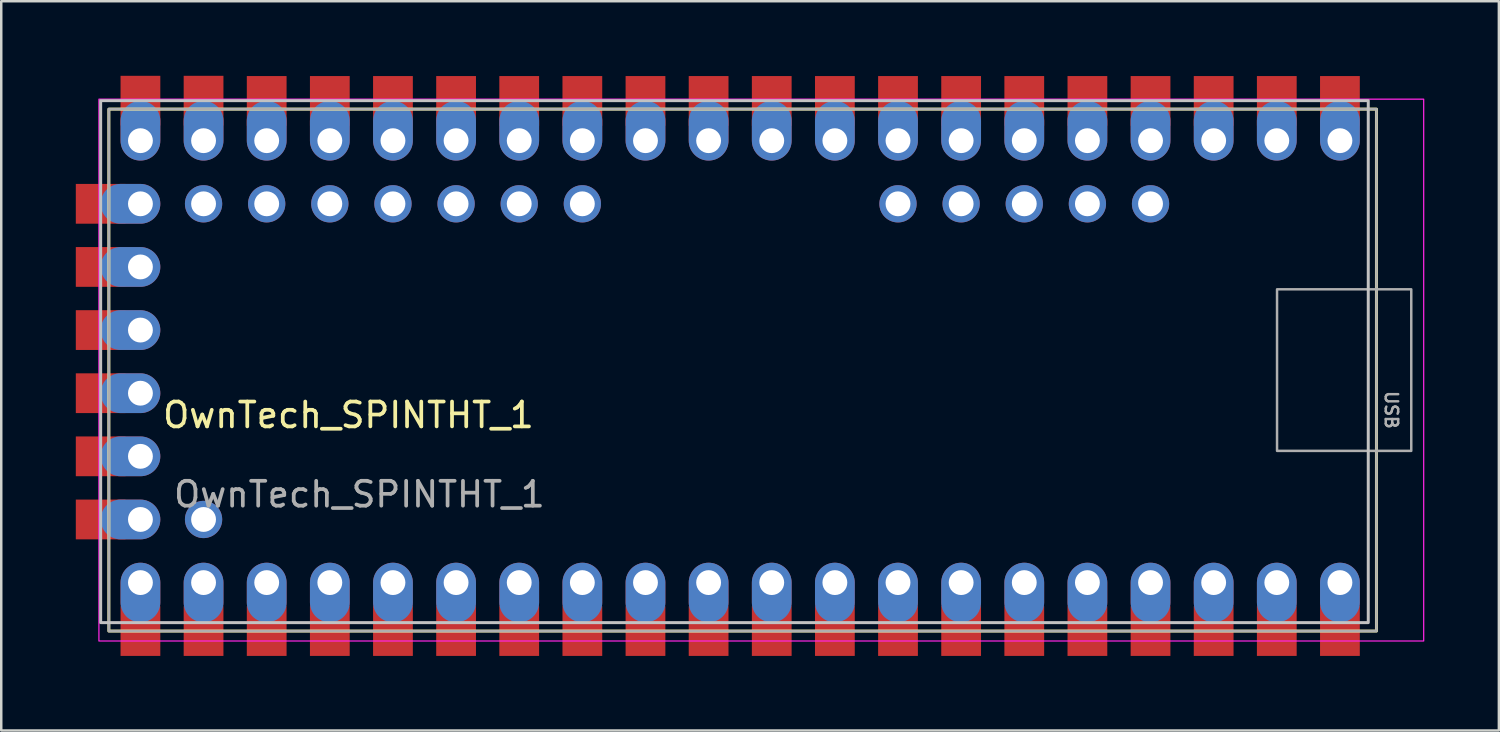
<source format=kicad_pcb>
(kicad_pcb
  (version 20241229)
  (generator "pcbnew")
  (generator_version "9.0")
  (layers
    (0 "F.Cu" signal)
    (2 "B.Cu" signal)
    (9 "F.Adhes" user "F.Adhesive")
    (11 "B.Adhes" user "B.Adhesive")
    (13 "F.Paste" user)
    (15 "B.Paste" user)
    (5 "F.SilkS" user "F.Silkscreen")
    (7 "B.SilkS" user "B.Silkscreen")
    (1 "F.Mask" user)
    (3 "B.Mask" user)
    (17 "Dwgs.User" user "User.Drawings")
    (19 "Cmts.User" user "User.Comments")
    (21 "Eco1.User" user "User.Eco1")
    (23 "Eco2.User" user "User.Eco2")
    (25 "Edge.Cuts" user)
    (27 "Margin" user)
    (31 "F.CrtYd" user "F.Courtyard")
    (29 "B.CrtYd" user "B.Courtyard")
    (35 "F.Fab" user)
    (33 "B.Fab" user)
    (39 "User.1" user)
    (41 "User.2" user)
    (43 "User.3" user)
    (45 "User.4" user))
  (footprint "OwnTech_SPINTHT_1"
    (layer "F.Cu")
    (at 2.6 2.61)
    (property "Reference" "OwnTech_SPINTHT_1" (at 8.37 11.04 0) (unlocked yes) (layer "F.SilkS") (effects (font (size 1 1) (thickness 0.15))))
    (attr smd)
    (fp_rect (start -1.27 -1.27) (end 49.73 19.73) (stroke (width 0.12) (type solid)) (fill no) (layer "F.SilkS"))
    (fp_rect (start -1.6 -1.61) (end 49.4 19.39) (stroke (width 0.12) (type solid)) (fill no) (layer "Dwgs.User"))
    (fp_rect (start -1.67 -1.67) (end 51.63 20.13) (stroke (width 0.05) (type solid)) (fill no) (layer "F.CrtYd"))
    (fp_rect (start -1.27 -1.27) (end 49.73 19.73) (stroke (width 0.1) (type solid)) (fill no) (layer "F.Fab"))
    (fp_rect (start 45.73 5.98) (end 51.13 12.48) (stroke (width 0.1) (type solid)) (fill no) (layer "F.Fab"))
    (fp_text user "${REFERENCE}" (at 8.81 14.23 0) (unlocked yes) (layer "F.Fab") (effects (font (size 1 1) (thickness 0.15))))
    (fp_text user "USB" (at 50.33 10.83 270) (unlocked yes) (layer "F.Fab") (effects (font (size 0.5 0.5) (thickness 0.1))))
    (pad "1" smd rect (at 48.26 -1.6) (size 1.6 2) (layers "F.Cu" "F.Mask" "F.Paste"))
    (pad "1" thru_hole oval (at 48.26 0) (size 1.6 2.4) (drill 1 (offset 0 -0.4)) (layers "*.Cu" "*.Mask"))
    (pad "2" smd rect (at 45.72 -1.6) (size 1.6 2) (layers "F.Cu" "F.Mask" "F.Paste"))
    (pad "2" thru_hole oval (at 45.72 0) (size 1.6 2.4) (drill 1 (offset 0 -0.4)) (layers "*.Cu" "*.Mask"))
    (pad "3" smd rect (at 43.18 -1.6) (size 1.6 2) (layers "F.Cu" "F.Mask" "F.Paste"))
    (pad "3" thru_hole oval (at 43.18 0) (size 1.6 2.4) (drill 1 (offset 0 -0.4)) (layers "*.Cu" "*.Mask"))
    (pad "4" smd rect (at 40.64 -1.6) (size 1.6 2) (layers "F.Cu" "F.Mask" "F.Paste"))
    (pad "4" thru_hole oval (at 40.64 0) (size 1.6 2.4) (drill 1 (offset 0 -0.4)) (layers "*.Cu" "*.Mask"))
    (pad "5" smd rect (at 38.1 -1.6) (size 1.6 2) (layers "F.Cu" "F.Mask" "F.Paste"))
    (pad "5" thru_hole oval (at 38.1 0) (size 1.6 2.4) (drill 1 (offset 0 -0.4)) (layers "*.Cu" "*.Mask"))
    (pad "6" smd rect (at 35.56 -1.6) (size 1.6 2) (layers "F.Cu" "F.Mask" "F.Paste"))
    (pad "6" thru_hole oval (at 35.56 0) (size 1.6 2.4) (drill 1 (offset 0 -0.4)) (layers "*.Cu" "*.Mask"))
    (pad "7" smd rect (at 33.02 -1.6) (size 1.6 2) (layers "F.Cu" "F.Mask" "F.Paste"))
    (pad "7" thru_hole oval (at 33.02 0) (size 1.6 2.4) (drill 1 (offset 0 -0.4)) (layers "*.Cu" "*.Mask"))
    (pad "8" smd rect (at 30.48 -1.6) (size 1.6 2) (layers "F.Cu" "F.Mask" "F.Paste"))
    (pad "8" thru_hole oval (at 30.48 0) (size 1.6 2.4) (drill 1 (offset 0 -0.4)) (layers "*.Cu" "*.Mask"))
    (pad "9" smd rect (at 27.94 -1.6) (size 1.6 2) (layers "F.Cu" "F.Mask" "F.Paste"))
    (pad "9" thru_hole oval (at 27.94 0) (size 1.6 2.4) (drill 1 (offset 0 -0.4)) (layers "*.Cu" "*.Mask"))
    (pad "10" smd rect (at 25.4 -1.6) (size 1.6 2) (layers "F.Cu" "F.Mask" "F.Paste"))
    (pad "10" thru_hole oval (at 25.4 0) (size 1.6 2.4) (drill 1 (offset 0 -0.4)) (layers "*.Cu" "*.Mask"))
    (pad "11" smd rect (at 22.86 -1.6) (size 1.6 2) (layers "F.Cu" "F.Mask" "F.Paste"))
    (pad "11" thru_hole oval (at 22.86 0) (size 1.6 2.4) (drill 1 (offset 0 -0.4)) (layers "*.Cu" "*.Mask"))
    (pad "12" smd rect (at 20.32 -1.6) (size 1.6 2) (layers "F.Cu" "F.Mask" "F.Paste"))
    (pad "12" thru_hole oval (at 20.32 0) (size 1.6 2.4) (drill 1 (offset 0 -0.4)) (layers "*.Cu" "*.Mask"))
    (pad "13" smd rect (at 17.78 -1.6) (size 1.6 2) (layers "F.Cu" "F.Mask" "F.Paste"))
    (pad "13" thru_hole oval (at 17.78 0) (size 1.6 2.4) (drill 1 (offset 0 -0.4)) (layers "*.Cu" "*.Mask"))
    (pad "14" smd rect (at 15.24 -1.6) (size 1.6 2) (layers "F.Cu" "F.Mask" "F.Paste"))
    (pad "14" thru_hole oval (at 15.24 0) (size 1.6 2.4) (drill 1 (offset 0 -0.4)) (layers "*.Cu" "*.Mask"))
    (pad "15" smd rect (at 12.7 -1.6) (size 1.6 2) (layers "F.Cu" "F.Mask" "F.Paste"))
    (pad "15" thru_hole oval (at 12.7 0) (size 1.6 2.4) (drill 1 (offset 0 -0.4)) (layers "*.Cu" "*.Mask"))
    (pad "16" smd rect (at 10.16 -1.6) (size 1.6 2) (layers "F.Cu" "F.Mask" "F.Paste"))
    (pad "16" thru_hole oval (at 10.16 0) (size 1.6 2.4) (drill 1 (offset 0 -0.4)) (layers "*.Cu" "*.Mask"))
    (pad "17" smd rect (at 7.62 -1.6) (size 1.6 2) (layers "F.Cu" "F.Mask" "F.Paste"))
    (pad "17" thru_hole oval (at 7.62 0) (size 1.6 2.4) (drill 1 (offset 0 -0.4)) (layers "*.Cu" "*.Mask"))
    (pad "18" smd rect (at 5.08 -1.6) (size 1.6 2) (layers "F.Cu" "F.Mask" "F.Paste"))
    (pad "18" thru_hole oval (at 5.08 0) (size 1.6 2.4) (drill 1 (offset 0 -0.4)) (layers "*.Cu" "*.Mask"))
    (pad "19" smd rect (at 2.54 -1.61) (size 1.6 2) (layers "F.Cu" "F.Mask" "F.Paste"))
    (pad "19" thru_hole oval (at 2.54 0) (size 1.6 2.4) (drill 1 (offset 0 -0.4)) (layers "*.Cu" "*.Mask"))
    (pad "20" smd rect (at 0 -1.61) (size 1.6 2) (layers "F.Cu" "F.Mask" "F.Paste"))
    (pad "20" thru_hole oval (at 0 0) (size 1.6 2.4) (drill 1 (offset 0 -0.4)) (layers "*.Cu" "*.Mask"))
    (pad "21" thru_hole oval (at 0 17.78 180) (size 1.6 2.4) (drill 1 (offset 0 -0.4)) (layers "*.Cu" "*.Mask"))
    (pad "21" smd rect (at 0 19.73 180) (size 1.6 2) (layers "F.Cu" "F.Mask" "F.Paste"))
    (pad "22" thru_hole oval (at 2.54 17.78 180) (size 1.6 2.4) (drill 1 (offset 0 -0.4)) (layers "*.Cu" "*.Mask"))
    (pad "22" smd rect (at 2.54 19.73 180) (size 1.6 2) (layers "F.Cu" "F.Mask" "F.Paste"))
    (pad "23" thru_hole oval (at 5.08 17.78 180) (size 1.6 2.4) (drill 1 (offset 0 -0.4)) (layers "*.Cu" "*.Mask"))
    (pad "23" smd rect (at 5.08 19.73 180) (size 1.6 2) (layers "F.Cu" "F.Mask" "F.Paste"))
    (pad "24" thru_hole oval (at 7.62 17.78 180) (size 1.6 2.4) (drill 1 (offset 0 -0.4)) (layers "*.Cu" "*.Mask"))
    (pad "24" smd rect (at 7.62 19.73 180) (size 1.6 2) (layers "F.Cu" "F.Mask" "F.Paste"))
    (pad "25" thru_hole oval (at 10.16 17.78 180) (size 1.6 2.4) (drill 1 (offset 0 -0.4)) (layers "*.Cu" "*.Mask"))
    (pad "25" smd rect (at 10.16 19.73 180) (size 1.6 2) (layers "F.Cu" "F.Mask" "F.Paste"))
    (pad "26" thru_hole oval (at 12.7 17.78 180) (size 1.6 2.4) (drill 1 (offset 0 -0.4)) (layers "*.Cu" "*.Mask"))
    (pad "26" smd rect (at 12.7 19.73 180) (size 1.6 2) (layers "F.Cu" "F.Mask" "F.Paste"))
    (pad "27" thru_hole oval (at 15.24 17.78 180) (size 1.6 2.4) (drill 1 (offset 0 -0.4)) (layers "*.Cu" "*.Mask"))
    (pad "27" smd rect (at 15.24 19.73 180) (size 1.6 2) (layers "F.Cu" "F.Mask" "F.Paste"))
    (pad "28" thru_hole oval (at 17.78 17.78 180) (size 1.6 2.4) (drill 1 (offset 0 -0.4)) (layers "*.Cu" "*.Mask"))
    (pad "28" smd rect (at 17.78 19.73 180) (size 1.6 2) (layers "F.Cu" "F.Mask" "F.Paste"))
    (pad "29" thru_hole oval (at 20.32 17.78 180) (size 1.6 2.4) (drill 1 (offset 0 -0.4)) (layers "*.Cu" "*.Mask"))
    (pad "29" smd rect (at 20.32 19.73 180) (size 1.6 2) (layers "F.Cu" "F.Mask" "F.Paste"))
    (pad "30" thru_hole oval (at 22.86 17.78 180) (size 1.6 2.4) (drill 1 (offset 0 -0.4)) (layers "*.Cu" "*.Mask"))
    (pad "30" smd rect (at 22.86 19.73 180) (size 1.6 2) (layers "F.Cu" "F.Mask" "F.Paste"))
    (pad "31" thru_hole oval (at 25.4 17.78 180) (size 1.6 2.4) (drill 1 (offset 0 -0.4)) (layers "*.Cu" "*.Mask"))
    (pad "31" smd rect (at 25.4 19.73 180) (size 1.6 2) (layers "F.Cu" "F.Mask" "F.Paste"))
    (pad "32" thru_hole oval (at 27.94 17.78 180) (size 1.6 2.4) (drill 1 (offset 0 -0.4)) (layers "*.Cu" "*.Mask"))
    (pad "32" smd rect (at 27.94 19.73 180) (size 1.6 2) (layers "F.Cu" "F.Mask" "F.Paste"))
    (pad "33" thru_hole oval (at 30.48 17.78 180) (size 1.6 2.4) (drill 1 (offset 0 -0.4)) (layers "*.Cu" "*.Mask"))
    (pad "33" smd rect (at 30.48 19.73 180) (size 1.6 2) (layers "F.Cu" "F.Mask" "F.Paste"))
    (pad "34" thru_hole oval (at 33.02 17.78 180) (size 1.6 2.4) (drill 1 (offset 0 -0.4)) (layers "*.Cu" "*.Mask"))
    (pad "34" smd rect (at 33.02 19.73 180) (size 1.6 2) (layers "F.Cu" "F.Mask" "F.Paste"))
    (pad "35" thru_hole oval (at 35.56 17.78 180) (size 1.6 2.4) (drill 1 (offset 0 -0.4)) (layers "*.Cu" "*.Mask"))
    (pad "35" smd rect (at 35.56 19.73 180) (size 1.6 2) (layers "F.Cu" "F.Mask" "F.Paste"))
    (pad "36" thru_hole oval (at 38.1 17.78 180) (size 1.6 2.4) (drill 1 (offset 0 -0.4)) (layers "*.Cu" "*.Mask"))
    (pad "36" smd rect (at 38.1 19.73 180) (size 1.6 2) (layers "F.Cu" "F.Mask" "F.Paste"))
    (pad "37" thru_hole oval (at 40.64 17.78 180) (size 1.6 2.4) (drill 1 (offset 0 -0.4)) (layers "*.Cu" "*.Mask"))
    (pad "37" smd rect (at 40.64 19.73 180) (size 1.6 2) (layers "F.Cu" "F.Mask" "F.Paste"))
    (pad "38" thru_hole oval (at 43.18 17.78 180) (size 1.6 2.4) (drill 1 (offset 0 -0.4)) (layers "*.Cu" "*.Mask"))
    (pad "38" smd rect (at 43.18 19.73 180) (size 1.6 2) (layers "F.Cu" "F.Mask" "F.Paste"))
    (pad "39" thru_hole oval (at 45.72 17.78 180) (size 1.6 2.4) (drill 1 (offset 0 -0.4)) (layers "*.Cu" "*.Mask"))
    (pad "39" smd rect (at 45.72 19.73 180) (size 1.6 2) (layers "F.Cu" "F.Mask" "F.Paste"))
    (pad "40" thru_hole oval (at 48.26 17.78 180) (size 1.6 2.4) (drill 1 (offset 0 -0.4)) (layers "*.Cu" "*.Mask"))
    (pad "40" smd rect (at 48.26 19.73 180) (size 1.6 2) (layers "F.Cu" "F.Mask" "F.Paste"))
    (pad "41" thru_hole circle (at 40.64 2.54 90) (size 1.5 1.5) (drill 1) (property pad_prop_castellated) (layers "*.Cu" "*.Mask"))
    (pad "42" thru_hole circle (at 38.1 2.54 90) (size 1.5 1.5) (drill 1) (property pad_prop_castellated) (layers "*.Cu" "*.Mask"))
    (pad "43" thru_hole circle (at 35.56 2.54 90) (size 1.5 1.5) (drill 1) (property pad_prop_castellated) (layers "*.Cu" "*.Mask"))
    (pad "44" thru_hole circle (at 33.02 2.54 90) (size 1.5 1.5) (drill 1) (property pad_prop_castellated) (layers "*.Cu" "*.Mask"))
    (pad "45" thru_hole circle (at 30.48 2.54 90) (size 1.5 1.5) (drill 1) (property pad_prop_castellated) (layers "*.Cu" "*.Mask"))
    (pad "46" thru_hole circle (at 17.78 2.54 90) (size 1.5 1.5) (drill 1) (property pad_prop_castellated) (layers "*.Cu" "*.Mask"))
    (pad "47" thru_hole circle (at 15.24 2.54 90) (size 1.5 1.5) (drill 1) (property pad_prop_castellated) (layers "*.Cu" "*.Mask"))
    (pad "48" thru_hole circle (at 12.7 2.54 90) (size 1.5 1.5) (drill 1) (property pad_prop_castellated) (layers "*.Cu" "*.Mask"))
    (pad "49" thru_hole circle (at 10.16 2.54 90) (size 1.5 1.5) (drill 1) (property pad_prop_castellated) (layers "*.Cu" "*.Mask"))
    (pad "50" thru_hole circle (at 7.62 2.54 90) (size 1.5 1.5) (drill 1) (property pad_prop_castellated) (layers "*.Cu" "*.Mask"))
    (pad "51" thru_hole circle (at 5.08 2.54 90) (size 1.5 1.5) (drill 1) (property pad_prop_castellated) (layers "*.Cu" "*.Mask"))
    (pad "52" thru_hole circle (at 2.54 2.54 90) (size 1.5 1.5) (drill 1) (property pad_prop_castellated) (layers "*.Cu" "*.Mask"))
    (pad "53" smd rect (at -1.6 2.54 90) (size 1.6 2) (layers "F.Cu" "F.Mask" "F.Paste"))
    (pad "53" thru_hole oval (at 0 2.54 90) (size 1.6 2.4) (drill 1 (offset 0 -0.4)) (layers "*.Cu" "*.Mask"))
    (pad "54" smd rect (at -1.6 5.08 90) (size 1.6 2) (layers "F.Cu" "F.Mask" "F.Paste"))
    (pad "54" thru_hole oval (at 0 5.08 90) (size 1.6 2.4) (drill 1 (offset 0 -0.4)) (layers "*.Cu" "*.Mask"))
    (pad "55" smd rect (at -1.6 7.62 90) (size 1.6 2) (layers "F.Cu" "F.Mask" "F.Paste"))
    (pad "55" thru_hole oval (at 0 7.62 90) (size 1.6 2.4) (drill 1 (offset 0 -0.4)) (layers "*.Cu" "*.Mask"))
    (pad "56" smd rect (at -1.6 10.16 90) (size 1.6 2) (layers "F.Cu" "F.Mask" "F.Paste"))
    (pad "56" thru_hole oval (at 0 10.16 90) (size 1.6 2.4) (drill 1 (offset 0 -0.4)) (layers "*.Cu" "*.Mask"))
    (pad "57" smd rect (at -1.6 12.7 90) (size 1.6 2) (layers "F.Cu" "F.Mask" "F.Paste"))
    (pad "57" thru_hole oval (at 0 12.7 90) (size 1.6 2.4) (drill 1 (offset 0 -0.4)) (layers "*.Cu" "*.Mask"))
    (pad "58" smd rect (at -1.6 15.24 90) (size 1.6 2) (layers "F.Cu" "F.Mask" "F.Paste"))
    (pad "58" thru_hole oval (at 0 15.24 90) (size 1.6 2.4) (drill 1 (offset 0 -0.4)) (layers "*.Cu" "*.Mask"))
    (pad "59" thru_hole circle (at 2.54 15.24 90) (size 1.5 1.5) (drill 1) (property pad_prop_castellated) (layers "*.Cu" "*.Mask")))
  (gr_rect
    (start -3 -3)
    (end 57.255 26.34)
    (stroke (width 0.1) (type default))
    (fill no)
    (layer "Edge.Cuts")))
</source>
